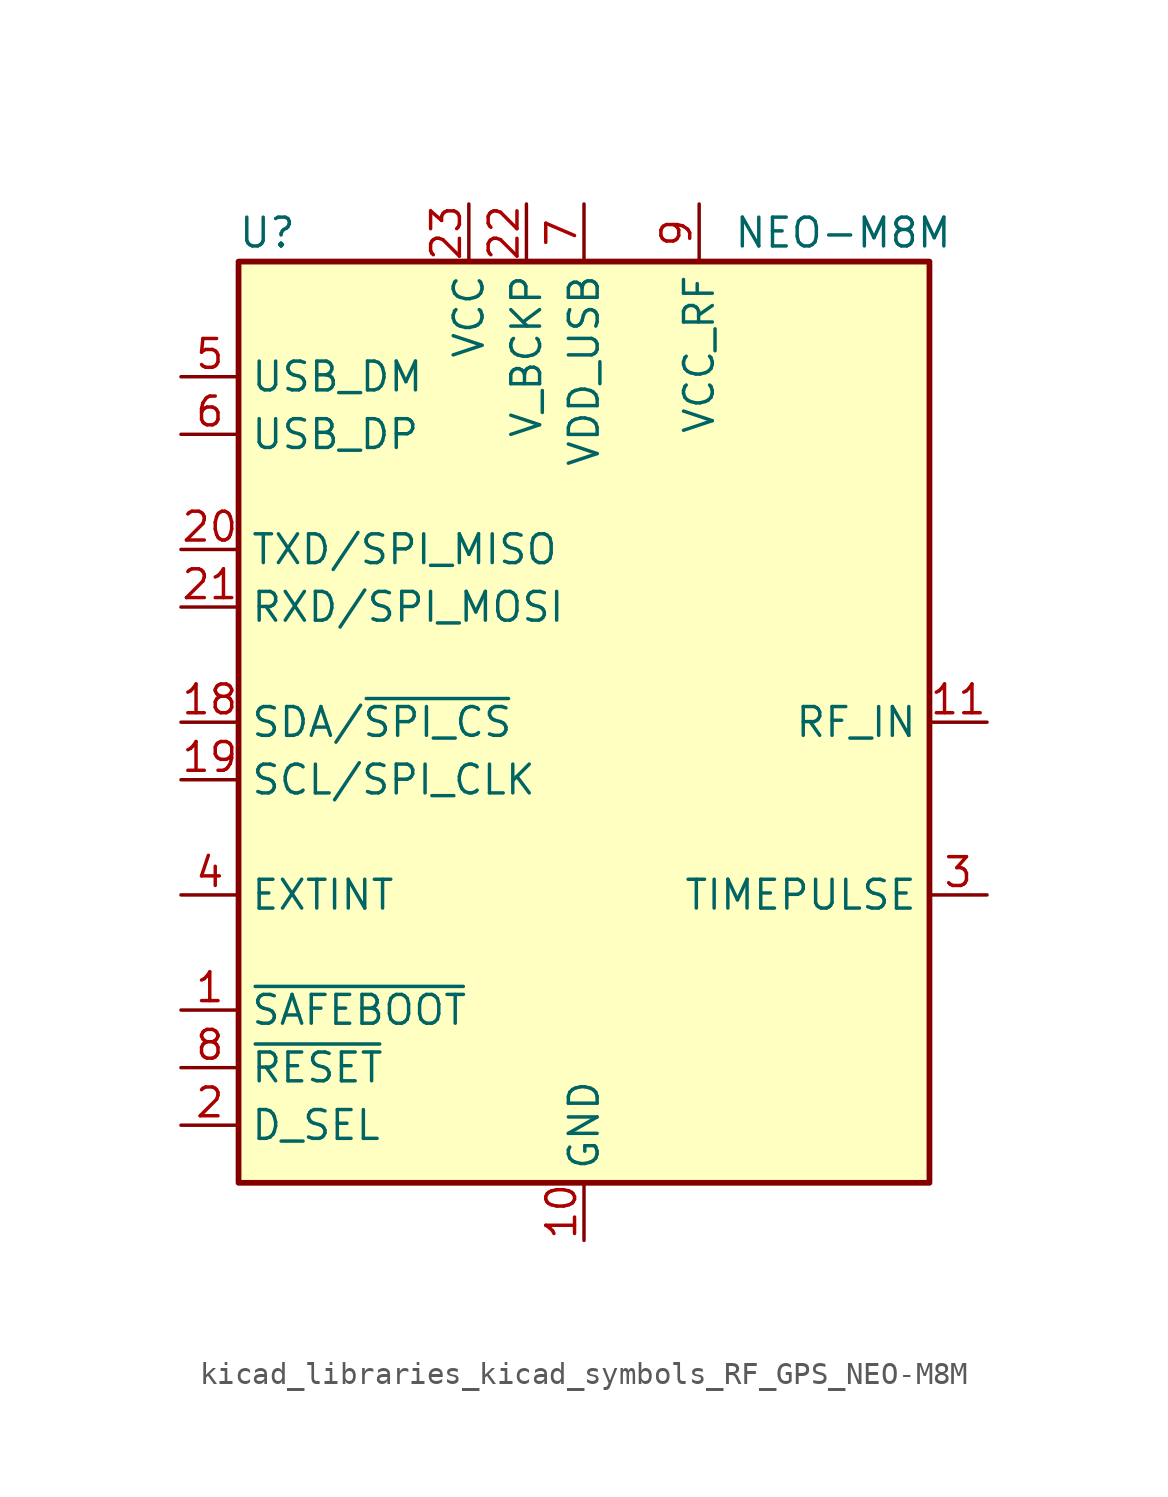
<source format=kicad_sym>
(kicad_symbol_lib
  (version 20220914)
  (generator kicad_symbol_editor)
  (symbol "kicad_libraries_kicad_symbols_RF_GPS_NEO-M8M"
    (property "Reference" "U"
      (at -13.97 21.59 0)
      (effects (font (size 1.27 1.27))))
    (property "Value" "NEO-M8M"
      (at 11.43 21.59 0)
      (effects (font (size 1.27 1.27))))
    (symbol "kicad_libraries_kicad_symbols_RF_GPS_NEO-M8M_0_1"
      (rectangle (start -15.24 20.32) (end 15.24 -20.32) (stroke (width 0.254) (type default)) (fill (type background))))
    (symbol "kicad_libraries_kicad_symbols_RF_GPS_NEO-M8M_1_1"
      (pin input line (at -17.78 -12.7 0) (length 2.54) (name "~{SAFEBOOT}" (effects (font (size 1.27 1.27)))) (number "1" (effects (font (size 1.27 1.27)))))
      (pin power_in line (at 0 -22.86 90) (length 2.54) (name "GND" (effects (font (size 1.27 1.27)))) (number "10" (effects (font (size 1.27 1.27)))))
      (pin input line (at 17.78 0 180) (length 2.54) (name "RF_IN" (effects (font (size 1.27 1.27)))) (number "11" (effects (font (size 1.27 1.27)))))
      (pin passive line (at 0 -22.86 90) (length 2.54) hide (name "GND" (effects (font (size 1.27 1.27)))) (number "12" (effects (font (size 1.27 1.27)))))
      (pin passive line (at 0 -22.86 90) (length 2.54) hide (name "GND" (effects (font (size 1.27 1.27)))) (number "13" (effects (font (size 1.27 1.27)))))
      (pin no_connect line (at 15.24 -10.16 180) (length 2.54) hide (name "RESERVED" (effects (font (size 1.27 1.27)))) (number "14" (effects (font (size 1.27 1.27)))))
      (pin no_connect line (at 15.24 -12.7 180) (length 2.54) hide (name "RESERVED" (effects (font (size 1.27 1.27)))) (number "15" (effects (font (size 1.27 1.27)))))
      (pin no_connect line (at 15.24 -15.24 180) (length 2.54) hide (name "RESERVED" (effects (font (size 1.27 1.27)))) (number "16" (effects (font (size 1.27 1.27)))))
      (pin no_connect line (at 15.24 -17.78 180) (length 2.54) hide (name "RESERVED" (effects (font (size 1.27 1.27)))) (number "17" (effects (font (size 1.27 1.27)))))
      (pin bidirectional line (at -17.78 0 0) (length 2.54) (name "SDA/~{SPI_CS}" (effects (font (size 1.27 1.27)))) (number "18" (effects (font (size 1.27 1.27)))))
      (pin input line (at -17.78 -2.54 0) (length 2.54) (name "SCL/SPI_CLK" (effects (font (size 1.27 1.27)))) (number "19" (effects (font (size 1.27 1.27)))))
      (pin input line (at -17.78 -17.78 0) (length 2.54) (name "D_SEL" (effects (font (size 1.27 1.27)))) (number "2" (effects (font (size 1.27 1.27)))))
      (pin output line (at -17.78 7.62 0) (length 2.54) (name "TXD/SPI_MISO" (effects (font (size 1.27 1.27)))) (number "20" (effects (font (size 1.27 1.27)))))
      (pin input line (at -17.78 5.08 0) (length 2.54) (name "RXD/SPI_MOSI" (effects (font (size 1.27 1.27)))) (number "21" (effects (font (size 1.27 1.27)))))
      (pin power_in line (at -2.54 22.86 270) (length 2.54) (name "V_BCKP" (effects (font (size 1.27 1.27)))) (number "22" (effects (font (size 1.27 1.27)))))
      (pin power_in line (at -5.08 22.86 270) (length 2.54) (name "VCC" (effects (font (size 1.27 1.27)))) (number "23" (effects (font (size 1.27 1.27)))))
      (pin passive line (at 0 -22.86 90) (length 2.54) hide (name "GND" (effects (font (size 1.27 1.27)))) (number "24" (effects (font (size 1.27 1.27)))))
      (pin output line (at 17.78 -7.62 180) (length 2.54) (name "TIMEPULSE" (effects (font (size 1.27 1.27)))) (number "3" (effects (font (size 1.27 1.27)))))
      (pin input line (at -17.78 -7.62 0) (length 2.54) (name "EXTINT" (effects (font (size 1.27 1.27)))) (number "4" (effects (font (size 1.27 1.27)))))
      (pin bidirectional line (at -17.78 15.24 0) (length 2.54) (name "USB_DM" (effects (font (size 1.27 1.27)))) (number "5" (effects (font (size 1.27 1.27)))))
      (pin bidirectional line (at -17.78 12.7 0) (length 2.54) (name "USB_DP" (effects (font (size 1.27 1.27)))) (number "6" (effects (font (size 1.27 1.27)))))
      (pin power_in line (at 0 22.86 270) (length 2.54) (name "VDD_USB" (effects (font (size 1.27 1.27)))) (number "7" (effects (font (size 1.27 1.27)))))
      (pin input line (at -17.78 -15.24 0) (length 2.54) (name "~{RESET}" (effects (font (size 1.27 1.27)))) (number "8" (effects (font (size 1.27 1.27)))))
      (pin power_out line (at 5.08 22.86 270) (length 2.54) (name "VCC_RF" (effects (font (size 1.27 1.27)))) (number "9" (effects (font (size 1.27 1.27))))))))
</source>
